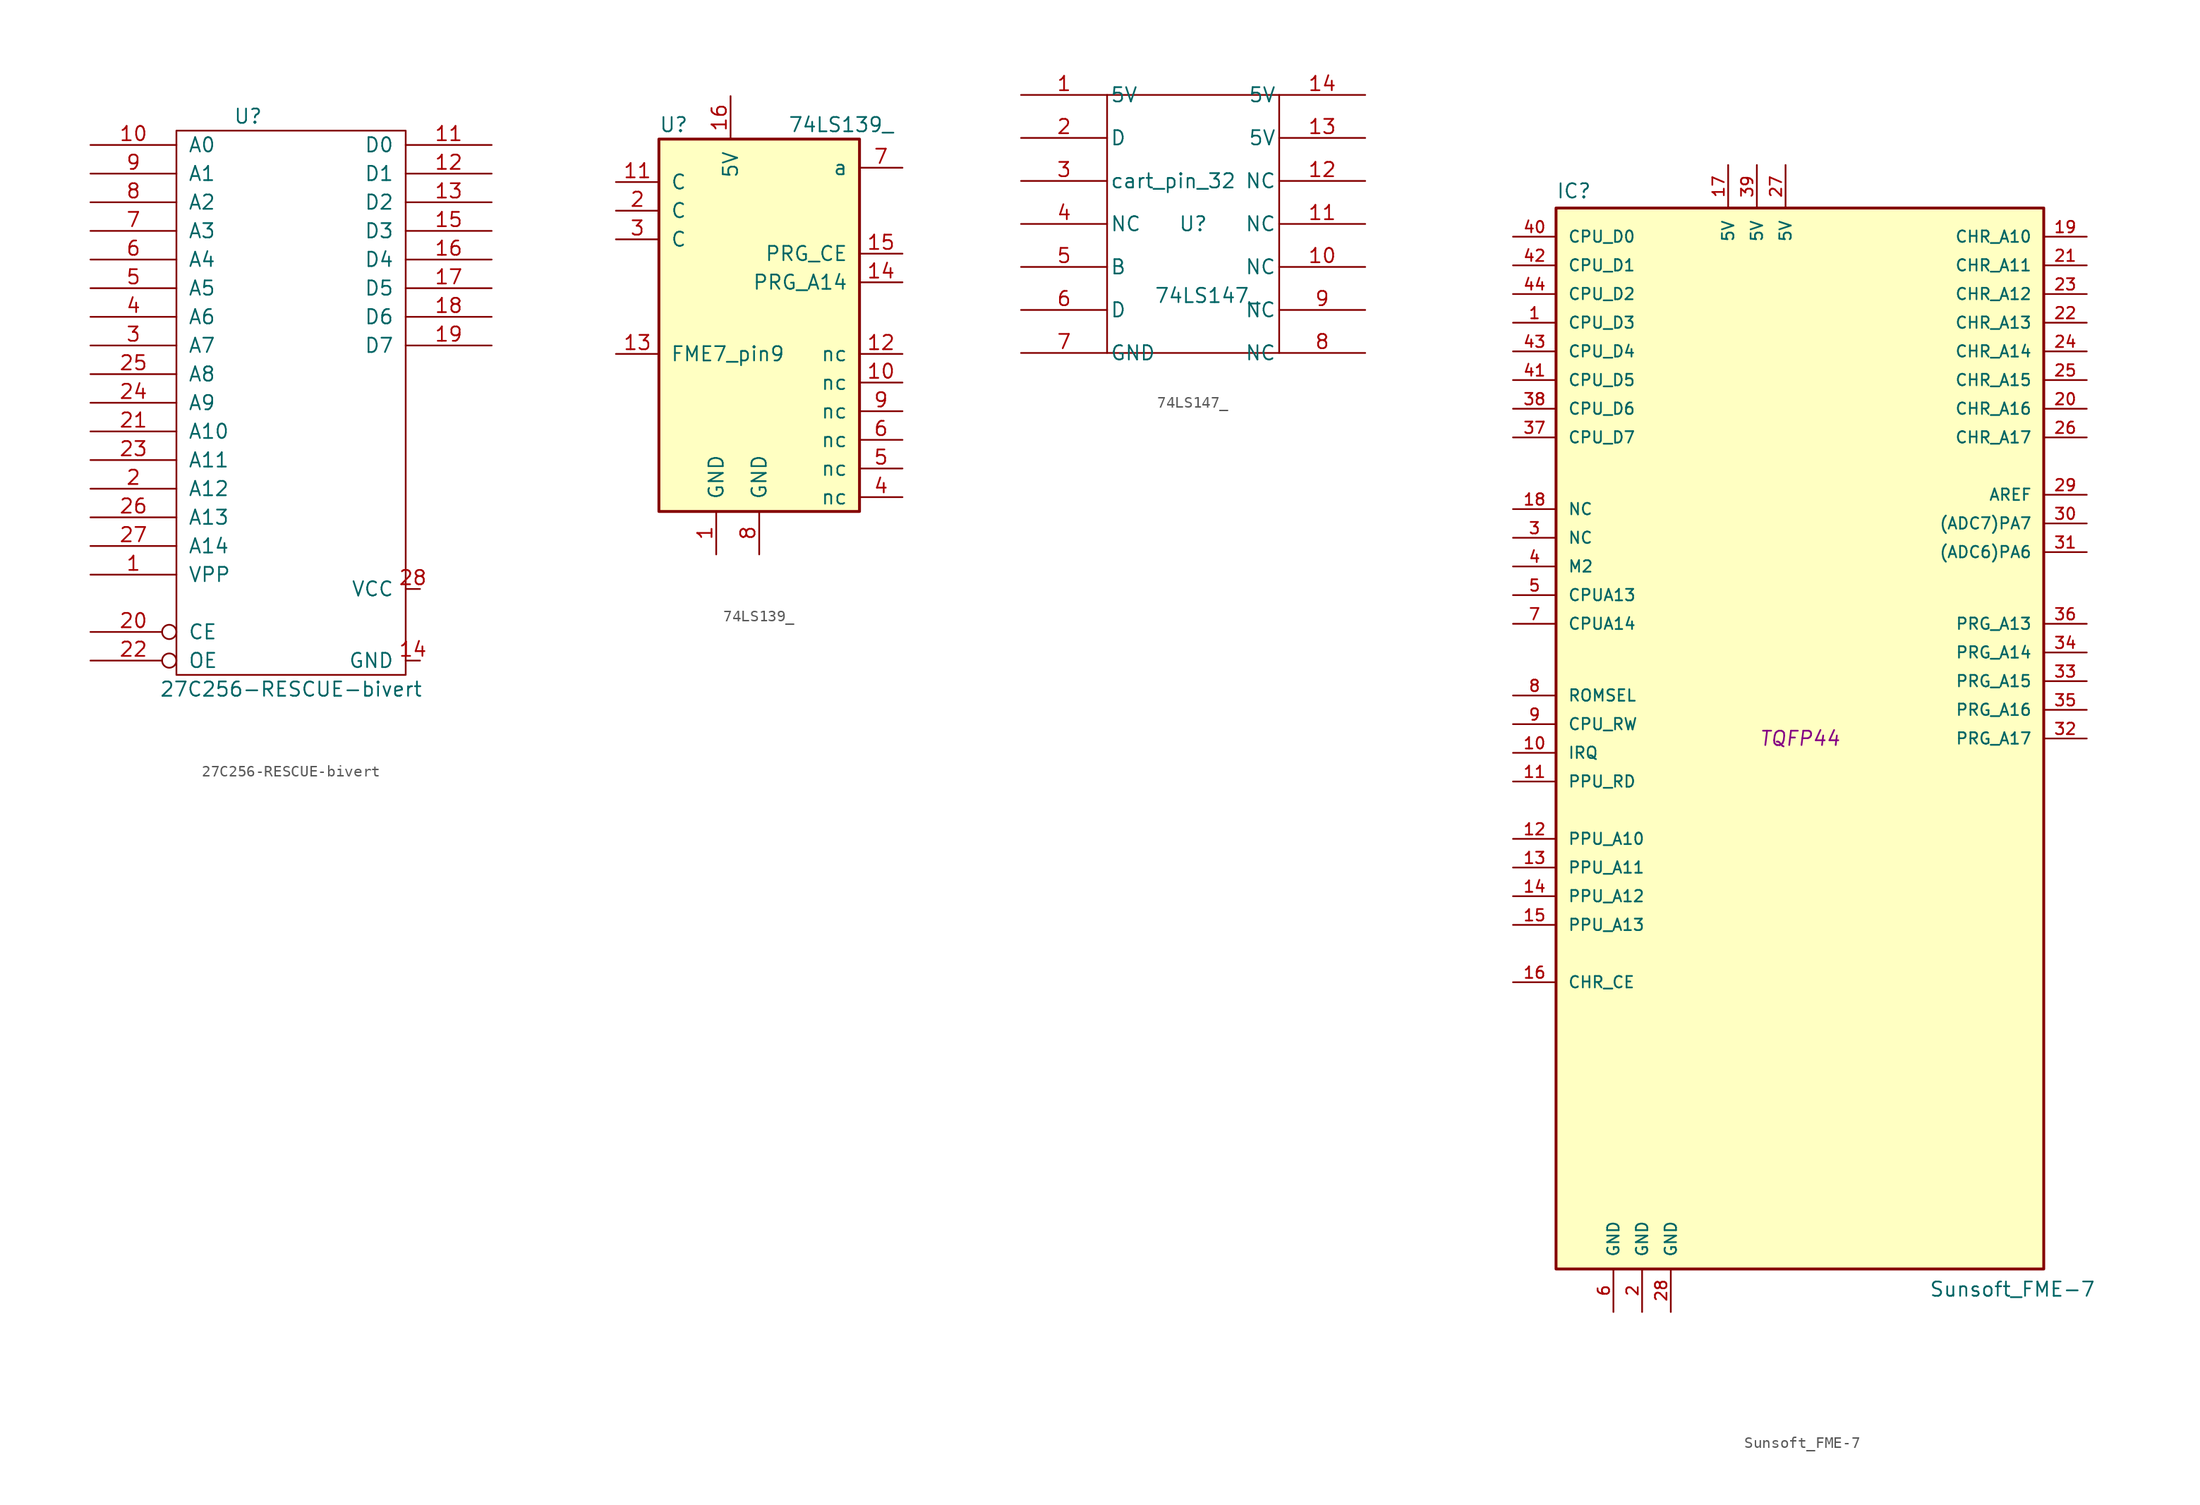
<source format=kicad_sym>
(kicad_symbol_lib
  (version 20231120)
  (generator "kicad_symbol_editor")
  (generator_version "8.0")
  (symbol "27C256-RESCUE-bivert"
    (pin_names
      (offset 1.016))
    (property "Reference" "U"
      (at -3.81 25.4 0)
      (effects (font (size 1.27 1.27))))
    (property "Value" "27C256-RESCUE-bivert"
      (at 0 -25.4 0)
      (effects (font (size 1.27 1.27))))
    (property "Footprint" ""
      (at 0 0 0)
      (effects (font (size 1.27 1.27))))
    (property "Datasheet" ""
      (at 0 0 0)
      (effects (font (size 1.27 1.27))))
    (symbol "27C256-RESCUE-bivert_0_1"
      (rectangle (start -10.16 24.13) (end 10.16 -24.13) (stroke (width 0) (type solid)) (fill (type none))))
    (symbol "27C256-RESCUE-bivert_1_0"
      (pin power_in line (at 11.43 -22.86 180) (length 1.27) (name "GND" (effects (font (size 1.27 1.27)))) (number "14" (effects (font (size 1.27 1.27)))))
      (pin power_in line (at 11.43 -16.51 180) (length 1.27) (name "VCC" (effects (font (size 1.27 1.27)))) (number "28" (effects (font (size 1.27 1.27))))))
    (symbol "27C256-RESCUE-bivert_1_1"
      (pin input line (at -17.78 -15.24 0) (length 7.62) (name "VPP" (effects (font (size 1.27 1.27)))) (number "1" (effects (font (size 1.27 1.27)))))
      (pin input line (at -17.78 22.86 0) (length 7.62) (name "A0" (effects (font (size 1.27 1.27)))) (number "10" (effects (font (size 1.27 1.27)))))
      (pin tri_state line (at 17.78 22.86 180) (length 7.62) (name "D0" (effects (font (size 1.27 1.27)))) (number "11" (effects (font (size 1.27 1.27)))))
      (pin tri_state line (at 17.78 20.32 180) (length 7.62) (name "D1" (effects (font (size 1.27 1.27)))) (number "12" (effects (font (size 1.27 1.27)))))
      (pin tri_state line (at 17.78 17.78 180) (length 7.62) (name "D2" (effects (font (size 1.27 1.27)))) (number "13" (effects (font (size 1.27 1.27)))))
      (pin tri_state line (at 17.78 15.24 180) (length 7.62) (name "D3" (effects (font (size 1.27 1.27)))) (number "15" (effects (font (size 1.27 1.27)))))
      (pin tri_state line (at 17.78 12.7 180) (length 7.62) (name "D4" (effects (font (size 1.27 1.27)))) (number "16" (effects (font (size 1.27 1.27)))))
      (pin tri_state line (at 17.78 10.16 180) (length 7.62) (name "D5" (effects (font (size 1.27 1.27)))) (number "17" (effects (font (size 1.27 1.27)))))
      (pin tri_state line (at 17.78 7.62 180) (length 7.62) (name "D6" (effects (font (size 1.27 1.27)))) (number "18" (effects (font (size 1.27 1.27)))))
      (pin tri_state line (at 17.78 5.08 180) (length 7.62) (name "D7" (effects (font (size 1.27 1.27)))) (number "19" (effects (font (size 1.27 1.27)))))
      (pin input line (at -17.78 -7.62 0) (length 7.62) (name "A12" (effects (font (size 1.27 1.27)))) (number "2" (effects (font (size 1.27 1.27)))))
      (pin input inverted (at -17.78 -20.32 0) (length 7.62) (name "CE" (effects (font (size 1.27 1.27)))) (number "20" (effects (font (size 1.27 1.27)))))
      (pin input line (at -17.78 -2.54 0) (length 7.62) (name "A10" (effects (font (size 1.27 1.27)))) (number "21" (effects (font (size 1.27 1.27)))))
      (pin input inverted (at -17.78 -22.86 0) (length 7.62) (name "OE" (effects (font (size 1.27 1.27)))) (number "22" (effects (font (size 1.27 1.27)))))
      (pin input line (at -17.78 -5.08 0) (length 7.62) (name "A11" (effects (font (size 1.27 1.27)))) (number "23" (effects (font (size 1.27 1.27)))))
      (pin input line (at -17.78 0 0) (length 7.62) (name "A9" (effects (font (size 1.27 1.27)))) (number "24" (effects (font (size 1.27 1.27)))))
      (pin input line (at -17.78 2.54 0) (length 7.62) (name "A8" (effects (font (size 1.27 1.27)))) (number "25" (effects (font (size 1.27 1.27)))))
      (pin input line (at -17.78 -10.16 0) (length 7.62) (name "A13" (effects (font (size 1.27 1.27)))) (number "26" (effects (font (size 1.27 1.27)))))
      (pin input line (at -17.78 -12.7 0) (length 7.62) (name "A14" (effects (font (size 1.27 1.27)))) (number "27" (effects (font (size 1.27 1.27)))))
      (pin input line (at -17.78 5.08 0) (length 7.62) (name "A7" (effects (font (size 1.27 1.27)))) (number "3" (effects (font (size 1.27 1.27)))))
      (pin input line (at -17.78 7.62 0) (length 7.62) (name "A6" (effects (font (size 1.27 1.27)))) (number "4" (effects (font (size 1.27 1.27)))))
      (pin input line (at -17.78 10.16 0) (length 7.62) (name "A5" (effects (font (size 1.27 1.27)))) (number "5" (effects (font (size 1.27 1.27)))))
      (pin input line (at -17.78 12.7 0) (length 7.62) (name "A4" (effects (font (size 1.27 1.27)))) (number "6" (effects (font (size 1.27 1.27)))))
      (pin input line (at -17.78 15.24 0) (length 7.62) (name "A3" (effects (font (size 1.27 1.27)))) (number "7" (effects (font (size 1.27 1.27)))))
      (pin input line (at -17.78 17.78 0) (length 7.62) (name "A2" (effects (font (size 1.27 1.27)))) (number "8" (effects (font (size 1.27 1.27)))))
      (pin input line (at -17.78 20.32 0) (length 7.62) (name "A1" (effects (font (size 1.27 1.27)))) (number "9" (effects (font (size 1.27 1.27)))))))
  (symbol "74LS139_"
    (pin_names
      (offset 1.016))
    (property "Reference" "U"
      (at -8.89 17.78 0)
      (effects (font (size 1.27 1.27)) (justify left)))
    (property "Value" "74LS139_"
      (at 2.54 17.78 0)
      (effects (font (size 1.27 1.27)) (justify left)))
    (property "Footprint" ""
      (at 0 0 0)
      (effects (font (size 1.27 1.27) (italic yes))))
    (property "Datasheet" ""
      (at 0 -1.27 0)
      (effects (font (size 1.27 1.27))))
    (symbol "74LS139__0_1"
      (rectangle (start -8.89 -16.51) (end 8.89 16.51) (stroke (width 0.254) (type solid)) (fill (type background))))
    (symbol "74LS139__1_1"
      (pin input line (at -3.81 -20.32 90) (length 3.81) (name "GND" (effects (font (size 1.27 1.27)))) (number "1" (effects (font (size 1.27 1.27)))))
      (pin input line (at 12.7 -5.08 180) (length 3.81) (name "nc" (effects (font (size 1.27 1.27)))) (number "10" (effects (font (size 1.27 1.27)))))
      (pin bidirectional line (at -12.7 12.7 0) (length 3.81) (name "C" (effects (font (size 1.27 1.27)))) (number "11" (effects (font (size 1.27 1.27)))))
      (pin power_in line (at 12.7 -2.54 180) (length 3.81) (name "nc" (effects (font (size 1.27 1.27)))) (number "12" (effects (font (size 1.27 1.27)))))
      (pin bidirectional line (at -12.7 -2.54 0) (length 3.81) (name "FME7_pin9" (effects (font (size 1.27 1.27)))) (number "13" (effects (font (size 1.27 1.27)))))
      (pin input line (at 12.7 3.81 180) (length 3.81) (name "PRG_A14" (effects (font (size 1.27 1.27)))) (number "14" (effects (font (size 1.27 1.27)))))
      (pin input line (at 12.7 6.35 180) (length 3.81) (name "PRG_CE" (effects (font (size 1.27 1.27)))) (number "15" (effects (font (size 1.27 1.27)))))
      (pin output line (at -2.54 20.32 270) (length 3.81) (name "5V" (effects (font (size 1.27 1.27)))) (number "16" (effects (font (size 1.27 1.27)))))
      (pin input line (at -12.7 10.16 0) (length 3.81) (name "C" (effects (font (size 1.27 1.27)))) (number "2" (effects (font (size 1.27 1.27)))))
      (pin input line (at -12.7 7.62 0) (length 3.81) (name "C" (effects (font (size 1.27 1.27)))) (number "3" (effects (font (size 1.27 1.27)))))
      (pin input line (at 12.7 -15.24 180) (length 3.81) (name "nc" (effects (font (size 1.27 1.27)))) (number "4" (effects (font (size 1.27 1.27)))))
      (pin input line (at 12.7 -12.7 180) (length 3.81) (name "nc" (effects (font (size 1.27 1.27)))) (number "5" (effects (font (size 1.27 1.27)))))
      (pin input line (at 12.7 -10.16 180) (length 3.81) (name "nc" (effects (font (size 1.27 1.27)))) (number "6" (effects (font (size 1.27 1.27)))))
      (pin input line (at 12.7 13.97 180) (length 3.81) (name "a" (effects (font (size 1.27 1.27)))) (number "7" (effects (font (size 1.27 1.27)))))
      (pin input line (at 0 -20.32 90) (length 3.81) (name "GND" (effects (font (size 1.27 1.27)))) (number "8" (effects (font (size 1.27 1.27)))))
      (pin input line (at 12.7 -7.62 180) (length 3.81) (name "nc" (effects (font (size 1.27 1.27)))) (number "9" (effects (font (size 1.27 1.27)))))))
  (symbol "74LS147_"
    (pin_names
      (offset 0.254))
    (property "Reference" "U"
      (at 0 0 0)
      (effects (font (size 1.27 1.27))))
    (property "Value" "74LS147_"
      (at 1.27 -6.35 0)
      (effects (font (size 1.27 1.27))))
    (property "Footprint" ""
      (at 0 0 0)
      (effects (font (size 1.27 1.27))))
    (property "Datasheet" ""
      (at 0 0 0)
      (effects (font (size 1.27 1.27))))
    (symbol "74LS147__0_0"
      (pin power_in line (at 15.24 -11.43 180) (length 7.62) (name "NC" (effects (font (size 1.27 1.27)))) (number "8" (effects (font (size 1.27 1.27))))))
    (symbol "74LS147__0_1"
      (rectangle (start -7.62 11.43) (end 7.62 -11.43) (stroke (width 0) (type solid)) (fill (type none))))
    (symbol "74LS147__1_1"
      (pin input line (at -15.24 11.43 0) (length 7.62) (name "5V" (effects (font (size 1.27 1.27)))) (number "1" (effects (font (size 1.27 1.27)))))
      (pin input line (at 15.24 -3.81 180) (length 7.62) (name "NC" (effects (font (size 1.27 1.27)))) (number "10" (effects (font (size 1.27 1.27)))))
      (pin input line (at 15.24 0 180) (length 7.62) (name "NC" (effects (font (size 1.27 1.27)))) (number "11" (effects (font (size 1.27 1.27)))))
      (pin input line (at 15.24 3.81 180) (length 7.62) (name "NC" (effects (font (size 1.27 1.27)))) (number "12" (effects (font (size 1.27 1.27)))))
      (pin input line (at 15.24 7.62 180) (length 7.62) (name "5V" (effects (font (size 1.27 1.27)))) (number "13" (effects (font (size 1.27 1.27)))))
      (pin output line (at 15.24 11.43 180) (length 7.62) (name "5V" (effects (font (size 1.27 1.27)))) (number "14" (effects (font (size 1.27 1.27)))))
      (pin input line (at -15.24 7.62 0) (length 7.62) (name "D" (effects (font (size 1.27 1.27)))) (number "2" (effects (font (size 1.27 1.27)))))
      (pin input line (at -15.24 3.81 0) (length 7.62) (name "cart_pin_32" (effects (font (size 1.27 1.27)))) (number "3" (effects (font (size 1.27 1.27)))))
      (pin input line (at -15.24 0 0) (length 7.62) (name "NC" (effects (font (size 1.27 1.27)))) (number "4" (effects (font (size 1.27 1.27)))))
      (pin input line (at -15.24 -3.81 0) (length 7.62) (name "B" (effects (font (size 1.27 1.27)))) (number "5" (effects (font (size 1.27 1.27)))))
      (pin output line (at -15.24 -7.62 0) (length 7.62) (name "D" (effects (font (size 1.27 1.27)))) (number "6" (effects (font (size 1.27 1.27)))))
      (pin output line (at -15.24 -11.43 0) (length 7.62) (name "GND" (effects (font (size 1.27 1.27)))) (number "7" (effects (font (size 1.27 1.27)))))
      (pin bidirectional line (at 15.24 -7.62 180) (length 7.62) (name "NC" (effects (font (size 1.27 1.27)))) (number "9" (effects (font (size 1.27 1.27)))))))
  (symbol "Sunsoft_FME-7"
    (pin_names
      (offset 1.016))
    (property "Reference" "IC"
      (at -21.59 47.752 0)
      (effects (font (size 1.27 1.27)) (justify left bottom)))
    (property "Value" "Sunsoft_FME-7"
      (at 11.43 -49.53 0)
      (effects (font (size 1.27 1.27)) (justify left bottom)))
    (property "Footprint" "TQFP44"
      (at 0 0 0)
      (effects (font (size 1.27 1.27) (italic yes))))
    (property "Datasheet" ""
      (at 0 0 0)
      (effects (font (size 1.27 1.27))))
    (symbol "Sunsoft_FME-7_0_1"
      (rectangle (start -21.59 46.99) (end 21.59 -46.99) (stroke (width 0.254) (type solid)) (fill (type background))))
    (symbol "Sunsoft_FME-7_1_1"
      (pin bidirectional line (at -25.4 36.83 0) (length 3.81) (name "CPU_D3" (effects (font (size 1.016 1.016)))) (number "1" (effects (font (size 1.016 1.016)))))
      (pin bidirectional line (at -25.4 -1.27 0) (length 3.81) (name "IRQ" (effects (font (size 1.016 1.016)))) (number "10" (effects (font (size 1.016 1.016)))))
      (pin bidirectional line (at -25.4 -3.81 0) (length 3.81) (name "PPU_RD" (effects (font (size 1.016 1.016)))) (number "11" (effects (font (size 1.016 1.016)))))
      (pin bidirectional line (at -25.4 -8.89 0) (length 3.81) (name "PPU_A10" (effects (font (size 1.016 1.016)))) (number "12" (effects (font (size 1.016 1.016)))))
      (pin bidirectional line (at -25.4 -11.43 0) (length 3.81) (name "PPU_A11" (effects (font (size 1.016 1.016)))) (number "13" (effects (font (size 1.016 1.016)))))
      (pin bidirectional line (at -25.4 -13.97 0) (length 3.81) (name "PPU_A12" (effects (font (size 1.016 1.016)))) (number "14" (effects (font (size 1.016 1.016)))))
      (pin bidirectional line (at -25.4 -16.51 0) (length 3.81) (name "PPU_A13" (effects (font (size 1.016 1.016)))) (number "15" (effects (font (size 1.016 1.016)))))
      (pin bidirectional line (at -25.4 -21.59 0) (length 3.81) (name "CHR_CE" (effects (font (size 1.016 1.016)))) (number "16" (effects (font (size 1.016 1.016)))))
      (pin power_in line (at -6.35 50.8 270) (length 3.81) (name "5V" (effects (font (size 1.016 1.016)))) (number "17" (effects (font (size 1.016 1.016)))))
      (pin power_in line (at -25.4 20.32 0) (length 3.81) (name "NC" (effects (font (size 1.016 1.016)))) (number "18" (effects (font (size 1.016 1.016)))))
      (pin bidirectional line (at 25.4 44.45 180) (length 3.81) (name "CHR_A10" (effects (font (size 1.016 1.016)))) (number "19" (effects (font (size 1.016 1.016)))))
      (pin bidirectional line (at -13.97 -50.8 90) (length 3.81) (name "GND" (effects (font (size 1.016 1.016)))) (number "2" (effects (font (size 1.016 1.016)))))
      (pin bidirectional line (at 25.4 29.21 180) (length 3.81) (name "CHR_A16" (effects (font (size 1.016 1.016)))) (number "20" (effects (font (size 1.016 1.016)))))
      (pin bidirectional line (at 25.4 41.91 180) (length 3.81) (name "CHR_A11" (effects (font (size 1.016 1.016)))) (number "21" (effects (font (size 1.016 1.016)))))
      (pin bidirectional line (at 25.4 36.83 180) (length 3.81) (name "CHR_A13" (effects (font (size 1.016 1.016)))) (number "22" (effects (font (size 1.016 1.016)))))
      (pin bidirectional line (at 25.4 39.37 180) (length 3.81) (name "CHR_A12" (effects (font (size 1.016 1.016)))) (number "23" (effects (font (size 1.016 1.016)))))
      (pin bidirectional line (at 25.4 34.29 180) (length 3.81) (name "CHR_A14" (effects (font (size 1.016 1.016)))) (number "24" (effects (font (size 1.016 1.016)))))
      (pin bidirectional line (at 25.4 31.75 180) (length 3.81) (name "CHR_A15" (effects (font (size 1.016 1.016)))) (number "25" (effects (font (size 1.016 1.016)))))
      (pin bidirectional line (at 25.4 26.67 180) (length 3.81) (name "CHR_A17" (effects (font (size 1.016 1.016)))) (number "26" (effects (font (size 1.016 1.016)))))
      (pin power_in line (at -1.27 50.8 270) (length 3.81) (name "5V" (effects (font (size 1.016 1.016)))) (number "27" (effects (font (size 1.016 1.016)))))
      (pin power_in line (at -11.43 -50.8 90) (length 3.81) (name "GND" (effects (font (size 1.016 1.016)))) (number "28" (effects (font (size 1.016 1.016)))))
      (pin power_in line (at 25.4 21.59 180) (length 3.81) (name "AREF" (effects (font (size 1.016 1.016)))) (number "29" (effects (font (size 1.016 1.016)))))
      (pin bidirectional line (at -25.4 17.78 0) (length 3.81) (name "NC" (effects (font (size 1.016 1.016)))) (number "3" (effects (font (size 1.016 1.016)))))
      (pin bidirectional line (at 25.4 19.05 180) (length 3.81) (name "(ADC7)PA7" (effects (font (size 1.016 1.016)))) (number "30" (effects (font (size 1.016 1.016)))))
      (pin bidirectional line (at 25.4 16.51 180) (length 3.81) (name "(ADC6)PA6" (effects (font (size 1.016 1.016)))) (number "31" (effects (font (size 1.016 1.016)))))
      (pin bidirectional line (at 25.4 0 180) (length 3.81) (name "PRG_A17" (effects (font (size 1.016 1.016)))) (number "32" (effects (font (size 1.016 1.016)))))
      (pin bidirectional line (at 25.4 5.08 180) (length 3.81) (name "PRG_A15" (effects (font (size 1.016 1.016)))) (number "33" (effects (font (size 1.016 1.016)))))
      (pin bidirectional line (at 25.4 7.62 180) (length 3.81) (name "PRG_A14" (effects (font (size 1.016 1.016)))) (number "34" (effects (font (size 1.016 1.016)))))
      (pin bidirectional line (at 25.4 2.54 180) (length 3.81) (name "PRG_A16" (effects (font (size 1.016 1.016)))) (number "35" (effects (font (size 1.016 1.016)))))
      (pin bidirectional line (at 25.4 10.16 180) (length 3.81) (name "PRG_A13" (effects (font (size 1.016 1.016)))) (number "36" (effects (font (size 1.016 1.016)))))
      (pin bidirectional line (at -25.4 26.67 0) (length 3.81) (name "CPU_D7" (effects (font (size 1.016 1.016)))) (number "37" (effects (font (size 1.016 1.016)))))
      (pin bidirectional line (at -25.4 29.21 0) (length 3.81) (name "CPU_D6" (effects (font (size 1.016 1.016)))) (number "38" (effects (font (size 1.016 1.016)))))
      (pin power_in line (at -3.81 50.8 270) (length 3.81) (name "5V" (effects (font (size 1.016 1.016)))) (number "39" (effects (font (size 1.016 1.016)))))
      (pin input line (at -25.4 15.24 0) (length 3.81) (name "M2" (effects (font (size 1.016 1.016)))) (number "4" (effects (font (size 1.016 1.016)))))
      (pin bidirectional line (at -25.4 44.45 0) (length 3.81) (name "CPU_D0" (effects (font (size 1.016 1.016)))) (number "40" (effects (font (size 1.016 1.016)))))
      (pin bidirectional line (at -25.4 31.75 0) (length 3.81) (name "CPU_D5" (effects (font (size 1.016 1.016)))) (number "41" (effects (font (size 1.016 1.016)))))
      (pin bidirectional line (at -25.4 41.91 0) (length 3.81) (name "CPU_D1" (effects (font (size 1.016 1.016)))) (number "42" (effects (font (size 1.016 1.016)))))
      (pin bidirectional line (at -25.4 34.29 0) (length 3.81) (name "CPU_D4" (effects (font (size 1.016 1.016)))) (number "43" (effects (font (size 1.016 1.016)))))
      (pin bidirectional line (at -25.4 39.37 0) (length 3.81) (name "CPU_D2" (effects (font (size 1.016 1.016)))) (number "44" (effects (font (size 1.016 1.016)))))
      (pin power_in line (at -25.4 12.7 0) (length 3.81) (name "CPUA13" (effects (font (size 1.016 1.016)))) (number "5" (effects (font (size 1.016 1.016)))))
      (pin power_in line (at -16.51 -50.8 90) (length 3.81) (name "GND" (effects (font (size 1.016 1.016)))) (number "6" (effects (font (size 1.016 1.016)))))
      (pin bidirectional line (at -25.4 10.16 0) (length 3.81) (name "CPUA14" (effects (font (size 1.016 1.016)))) (number "7" (effects (font (size 1.016 1.016)))))
      (pin bidirectional line (at -25.4 3.81 0) (length 3.81) (name "ROMSEL" (effects (font (size 1.016 1.016)))) (number "8" (effects (font (size 1.016 1.016)))))
      (pin bidirectional line (at -25.4 1.27 0) (length 3.81) (name "CPU_RW" (effects (font (size 1.016 1.016)))) (number "9" (effects (font (size 1.016 1.016))))))))
</source>
